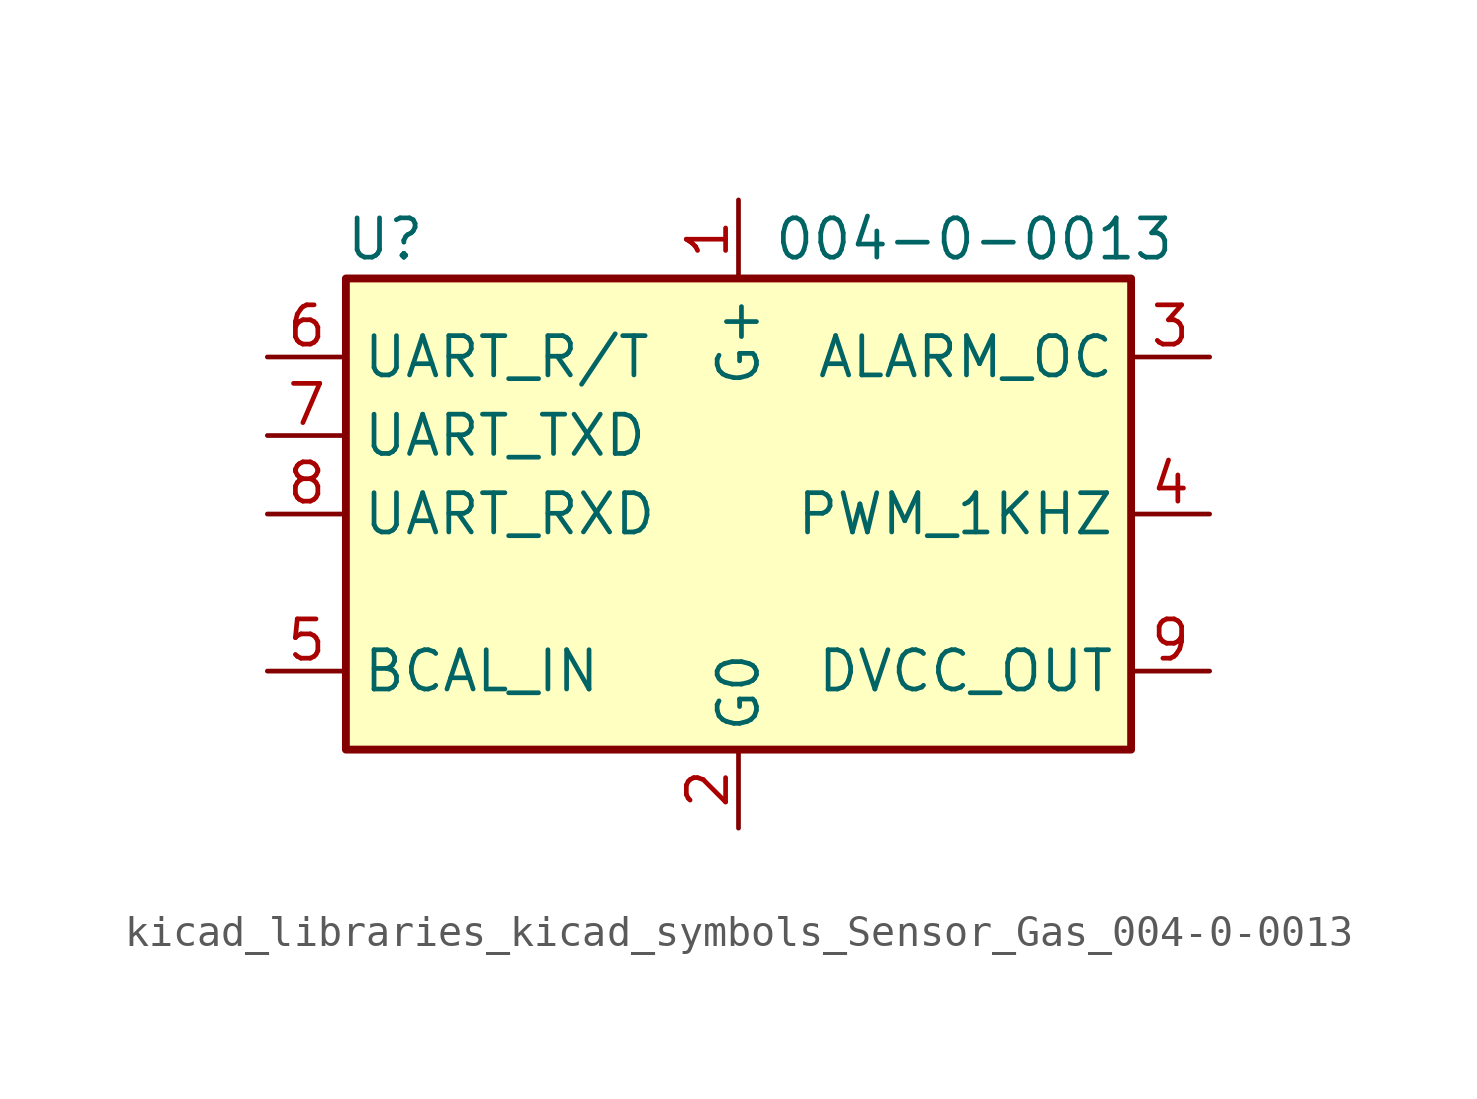
<source format=kicad_sym>
(kicad_symbol_lib
  (version 20220914)
  (generator kicad_symbol_editor)
  (symbol "kicad_libraries_kicad_symbols_Sensor_Gas_004-0-0013"
    (property "Reference" "U"
      (at -11.43 8.89 0)
      (effects (font (size 1.27 1.27))))
    (property "Value" "004-0-0013"
      (at 7.62 8.89 0)
      (effects (font (size 1.27 1.27))))
    (symbol "kicad_libraries_kicad_symbols_Sensor_Gas_004-0-0013_0_1"
      (rectangle (start -12.7 7.62) (end 12.7 -7.62) (stroke (width 0.254) (type default)) (fill (type background))))
    (symbol "kicad_libraries_kicad_symbols_Sensor_Gas_004-0-0013_1_1"
      (pin power_in line (at 0 10.16 270) (length 2.54) (name "G+" (effects (font (size 1.27 1.27)))) (number "1" (effects (font (size 1.27 1.27)))))
      (pin power_in line (at 0 -10.16 90) (length 2.54) (name "G0" (effects (font (size 1.27 1.27)))) (number "2" (effects (font (size 1.27 1.27)))))
      (pin open_collector line (at 15.24 5.08 180) (length 2.54) (name "ALARM_OC" (effects (font (size 1.27 1.27)))) (number "3" (effects (font (size 1.27 1.27)))))
      (pin output line (at 15.24 0 180) (length 2.54) (name "PWM_1KHZ" (effects (font (size 1.27 1.27)))) (number "4" (effects (font (size 1.27 1.27)))))
      (pin input line (at -15.24 -5.08 0) (length 2.54) (name "BCAL_IN" (effects (font (size 1.27 1.27)))) (number "5" (effects (font (size 1.27 1.27)))))
      (pin output line (at -15.24 5.08 0) (length 2.54) (name "UART_R/T" (effects (font (size 1.27 1.27)))) (number "6" (effects (font (size 1.27 1.27)))))
      (pin output line (at -15.24 2.54 0) (length 2.54) (name "UART_TXD" (effects (font (size 1.27 1.27)))) (number "7" (effects (font (size 1.27 1.27)))))
      (pin input line (at -15.24 0 0) (length 2.54) (name "UART_RXD" (effects (font (size 1.27 1.27)))) (number "8" (effects (font (size 1.27 1.27)))))
      (pin power_out line (at 15.24 -5.08 180) (length 2.54) (name "DVCC_OUT" (effects (font (size 1.27 1.27)))) (number "9" (effects (font (size 1.27 1.27))))))))
</source>
